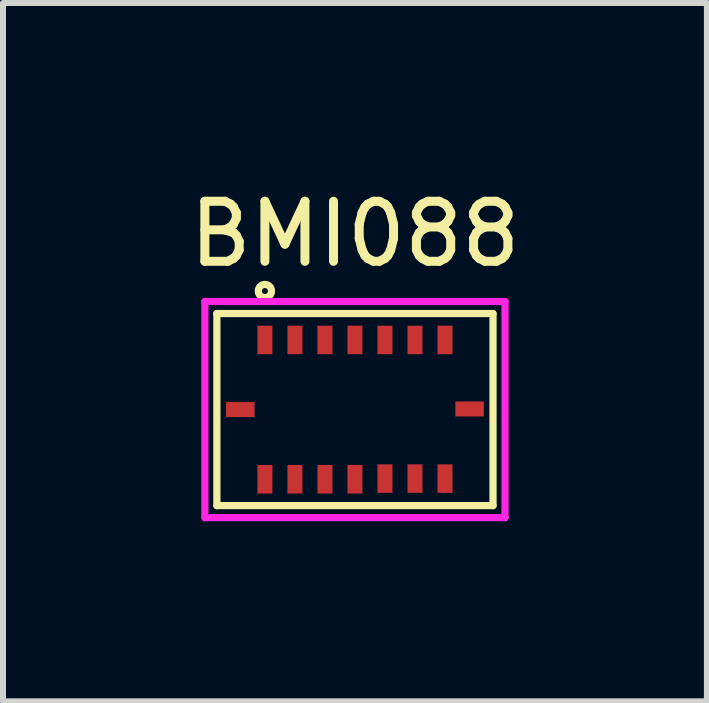
<source format=kicad_pcb>
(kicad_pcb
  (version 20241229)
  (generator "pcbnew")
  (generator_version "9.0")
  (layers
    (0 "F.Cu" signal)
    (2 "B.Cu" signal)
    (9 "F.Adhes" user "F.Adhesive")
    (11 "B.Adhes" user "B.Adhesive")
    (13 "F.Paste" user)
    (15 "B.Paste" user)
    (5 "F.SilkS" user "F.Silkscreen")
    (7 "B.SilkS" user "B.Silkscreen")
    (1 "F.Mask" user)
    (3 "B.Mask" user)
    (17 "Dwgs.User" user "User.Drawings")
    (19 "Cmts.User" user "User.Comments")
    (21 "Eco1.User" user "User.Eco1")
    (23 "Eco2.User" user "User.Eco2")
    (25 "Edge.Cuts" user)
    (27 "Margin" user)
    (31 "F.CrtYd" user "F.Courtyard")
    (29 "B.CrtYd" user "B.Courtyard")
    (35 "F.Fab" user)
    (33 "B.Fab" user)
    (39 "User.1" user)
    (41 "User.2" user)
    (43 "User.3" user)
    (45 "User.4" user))
  (footprint "BMI088"
    (layer "F.Cu")
    (at 2.863 3.773)
    (property "Reference" "BMI088" (at 0 -2.925 0) (layer "F.SilkS") (effects (font (size 1 1) (thickness 0.15))))
    (attr smd)
    (fp_line (start -2.3 -1.6) (end -2.3 1.6) (stroke (width 0.12) (type solid)) (layer "F.SilkS"))
    (fp_line (start -2.3 1.6) (end 2.3 1.6) (stroke (width 0.12) (type solid)) (layer "F.SilkS"))
    (fp_line (start 2.3 -1.6) (end -2.3 -1.6) (stroke (width 0.12) (type solid)) (layer "F.SilkS"))
    (fp_line (start 2.3 1.6) (end 2.3 -1.6) (stroke (width 0.12) (type solid)) (layer "F.SilkS"))
    (fp_circle (center -1.5 -1.975) (end -1.45 -1.975) (stroke (width 0.12) (type solid)) (fill no) (layer "F.SilkS"))
    (fp_line (start -2.5 -1.8) (end 2.5 -1.8) (stroke (width 0.12) (type solid)) (layer "F.CrtYd"))
    (fp_line (start -2.5 1.8) (end -2.5 -1.8) (stroke (width 0.12) (type solid)) (layer "F.CrtYd"))
    (fp_line (start 2.5 -1.8) (end 2.5 1.8) (stroke (width 0.12) (type solid)) (layer "F.CrtYd"))
    (fp_line (start 2.5 1.8) (end -2.5 1.8) (stroke (width 0.12) (type solid)) (layer "F.CrtYd"))
    (pad "1" smd rect (at -1.5 -1.16) (size 0.25 0.475) (layers "F.Cu" "F.Mask" "F.Paste"))
    (pad "2" smd rect (at -1 -1.16) (size 0.25 0.475) (layers "F.Cu" "F.Mask" "F.Paste"))
    (pad "3" smd rect (at -0.5 -1.16) (size 0.25 0.475) (layers "F.Cu" "F.Mask" "F.Paste"))
    (pad "4" smd rect (at 0 -1.16) (size 0.25 0.475) (layers "F.Cu" "F.Mask" "F.Paste"))
    (pad "5" smd rect (at 0.5 -1.16) (size 0.25 0.475) (layers "F.Cu" "F.Mask" "F.Paste"))
    (pad "6" smd rect (at 1 -1.16) (size 0.25 0.475) (layers "F.Cu" "F.Mask" "F.Paste"))
    (pad "7" smd rect (at 1.5 -1.16) (size 0.25 0.475) (layers "F.Cu" "F.Mask" "F.Paste"))
    (pad "8" smd rect (at 1.91 -0.01 90) (size 0.25 0.475) (layers "F.Cu" "F.Mask" "F.Paste"))
    (pad "9" smd rect (at 1.5 1.15) (size 0.25 0.475) (layers "F.Cu" "F.Mask" "F.Paste"))
    (pad "10" smd rect (at 1 1.15) (size 0.25 0.475) (layers "F.Cu" "F.Mask" "F.Paste"))
    (pad "11" smd rect (at 0.5 1.15) (size 0.25 0.475) (layers "F.Cu" "F.Mask" "F.Paste"))
    (pad "12" smd rect (at 0 1.16) (size 0.25 0.475) (layers "F.Cu" "F.Mask" "F.Paste"))
    (pad "13" smd rect (at -0.5 1.16) (size 0.25 0.475) (layers "F.Cu" "F.Mask" "F.Paste"))
    (pad "14" smd rect (at -1 1.16) (size 0.25 0.475) (layers "F.Cu" "F.Mask" "F.Paste"))
    (pad "15" smd rect (at -1.5 1.16) (size 0.25 0.475) (layers "F.Cu" "F.Mask" "F.Paste"))
    (pad "16" smd rect (at -1.91 0 90) (size 0.25 0.475) (layers "F.Cu" "F.Mask" "F.Paste")))
  (gr_rect
    (start -3 -3)
    (end 8.726 8.633)
    (stroke (width 0.1) (type default))
    (fill no)
    (layer "Edge.Cuts")))
</source>
